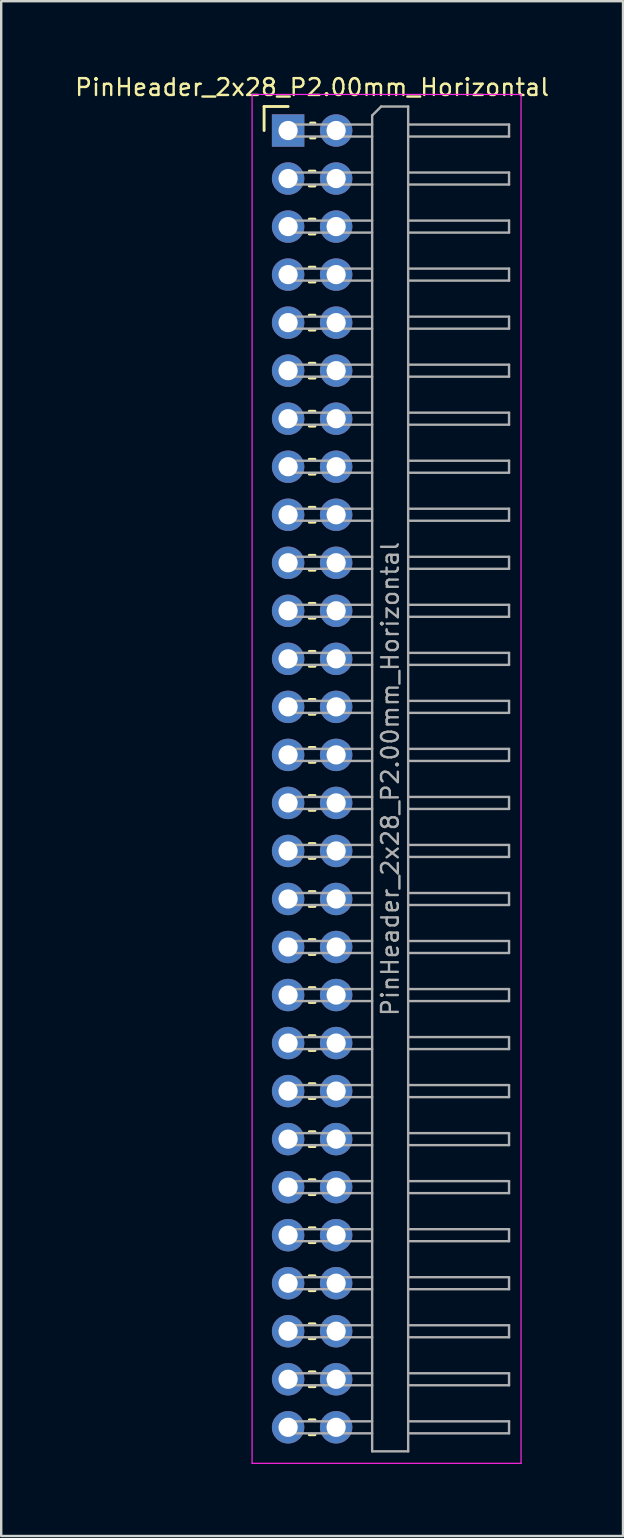
<source format=kicad_pcb>
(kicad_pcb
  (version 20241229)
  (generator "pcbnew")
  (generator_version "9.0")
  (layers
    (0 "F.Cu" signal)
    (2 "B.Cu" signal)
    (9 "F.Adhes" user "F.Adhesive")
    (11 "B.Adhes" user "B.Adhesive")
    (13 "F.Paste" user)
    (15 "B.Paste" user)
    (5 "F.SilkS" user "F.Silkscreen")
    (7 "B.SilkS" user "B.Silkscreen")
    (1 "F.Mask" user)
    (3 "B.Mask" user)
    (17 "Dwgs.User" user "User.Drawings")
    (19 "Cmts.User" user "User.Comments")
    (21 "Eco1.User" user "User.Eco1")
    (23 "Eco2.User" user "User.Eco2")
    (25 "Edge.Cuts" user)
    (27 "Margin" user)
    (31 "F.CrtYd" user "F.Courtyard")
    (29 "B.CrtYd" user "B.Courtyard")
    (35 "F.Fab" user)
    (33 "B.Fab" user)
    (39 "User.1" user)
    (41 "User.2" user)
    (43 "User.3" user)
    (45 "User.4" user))
  (footprint "PinHeader_2x28_P2.00mm_Horizontal"
    (layer "F.Cu")
    (at 8.947 2.385)
    (property "Reference" "PinHeader_2x28_P2.00mm_Horizontal" (at 1 -1.8 0) (layer "F.SilkS") (effects (font (size 0.7 0.7) (thickness 0.1))))
    (attr through_hole allow_missing_courtyard)
    (fp_line (start -1 -1) (end 0 -1) (stroke (width 0.12) (type solid)) (layer "F.SilkS"))
    (fp_line (start -1 0) (end -1 -1) (stroke (width 0.12) (type solid)) (layer "F.SilkS"))
    (fp_line (start 0.882 1.69) (end 1.118 1.69) (stroke (width 0.12) (type solid)) (layer "F.SilkS"))
    (fp_line (start 0.882 2.31) (end 1.118 2.31) (stroke (width 0.12) (type solid)) (layer "F.SilkS"))
    (fp_line (start 0.882 3.69) (end 1.118 3.69) (stroke (width 0.12) (type solid)) (layer "F.SilkS"))
    (fp_line (start 0.882 4.31) (end 1.118 4.31) (stroke (width 0.12) (type solid)) (layer "F.SilkS"))
    (fp_line (start 0.882 5.69) (end 1.118 5.69) (stroke (width 0.12) (type solid)) (layer "F.SilkS"))
    (fp_line (start 0.882 6.31) (end 1.118 6.31) (stroke (width 0.12) (type solid)) (layer "F.SilkS"))
    (fp_line (start 0.882 7.69) (end 1.118 7.69) (stroke (width 0.12) (type solid)) (layer "F.SilkS"))
    (fp_line (start 0.882 8.31) (end 1.118 8.31) (stroke (width 0.12) (type solid)) (layer "F.SilkS"))
    (fp_line (start 0.882 9.69) (end 1.118 9.69) (stroke (width 0.12) (type solid)) (layer "F.SilkS"))
    (fp_line (start 0.882 10.31) (end 1.118 10.31) (stroke (width 0.12) (type solid)) (layer "F.SilkS"))
    (fp_line (start 0.882 11.69) (end 1.118 11.69) (stroke (width 0.12) (type solid)) (layer "F.SilkS"))
    (fp_line (start 0.882 12.31) (end 1.118 12.31) (stroke (width 0.12) (type solid)) (layer "F.SilkS"))
    (fp_line (start 0.882 13.69) (end 1.118 13.69) (stroke (width 0.12) (type solid)) (layer "F.SilkS"))
    (fp_line (start 0.882 14.31) (end 1.118 14.31) (stroke (width 0.12) (type solid)) (layer "F.SilkS"))
    (fp_line (start 0.882 15.69) (end 1.118 15.69) (stroke (width 0.12) (type solid)) (layer "F.SilkS"))
    (fp_line (start 0.882 16.31) (end 1.118 16.31) (stroke (width 0.12) (type solid)) (layer "F.SilkS"))
    (fp_line (start 0.882 17.69) (end 1.118 17.69) (stroke (width 0.12) (type solid)) (layer "F.SilkS"))
    (fp_line (start 0.882 18.31) (end 1.118 18.31) (stroke (width 0.12) (type solid)) (layer "F.SilkS"))
    (fp_line (start 0.882 19.69) (end 1.118 19.69) (stroke (width 0.12) (type solid)) (layer "F.SilkS"))
    (fp_line (start 0.882 20.31) (end 1.118 20.31) (stroke (width 0.12) (type solid)) (layer "F.SilkS"))
    (fp_line (start 0.882 21.69) (end 1.118 21.69) (stroke (width 0.12) (type solid)) (layer "F.SilkS"))
    (fp_line (start 0.882 22.31) (end 1.118 22.31) (stroke (width 0.12) (type solid)) (layer "F.SilkS"))
    (fp_line (start 0.882 23.69) (end 1.118 23.69) (stroke (width 0.12) (type solid)) (layer "F.SilkS"))
    (fp_line (start 0.882 24.31) (end 1.118 24.31) (stroke (width 0.12) (type solid)) (layer "F.SilkS"))
    (fp_line (start 0.882 25.69) (end 1.118 25.69) (stroke (width 0.12) (type solid)) (layer "F.SilkS"))
    (fp_line (start 0.882 26.31) (end 1.118 26.31) (stroke (width 0.12) (type solid)) (layer "F.SilkS"))
    (fp_line (start 0.882 27.69) (end 1.118 27.69) (stroke (width 0.12) (type solid)) (layer "F.SilkS"))
    (fp_line (start 0.882 28.31) (end 1.118 28.31) (stroke (width 0.12) (type solid)) (layer "F.SilkS"))
    (fp_line (start 0.882 29.69) (end 1.118 29.69) (stroke (width 0.12) (type solid)) (layer "F.SilkS"))
    (fp_line (start 0.882 30.31) (end 1.118 30.31) (stroke (width 0.12) (type solid)) (layer "F.SilkS"))
    (fp_line (start 0.882 31.69) (end 1.118 31.69) (stroke (width 0.12) (type solid)) (layer "F.SilkS"))
    (fp_line (start 0.882 32.31) (end 1.118 32.31) (stroke (width 0.12) (type solid)) (layer "F.SilkS"))
    (fp_line (start 0.882 33.69) (end 1.118 33.69) (stroke (width 0.12) (type solid)) (layer "F.SilkS"))
    (fp_line (start 0.882 34.31) (end 1.118 34.31) (stroke (width 0.12) (type solid)) (layer "F.SilkS"))
    (fp_line (start 0.882 35.69) (end 1.118 35.69) (stroke (width 0.12) (type solid)) (layer "F.SilkS"))
    (fp_line (start 0.882 36.31) (end 1.118 36.31) (stroke (width 0.12) (type solid)) (layer "F.SilkS"))
    (fp_line (start 0.882 37.69) (end 1.118 37.69) (stroke (width 0.12) (type solid)) (layer "F.SilkS"))
    (fp_line (start 0.882 38.31) (end 1.118 38.31) (stroke (width 0.12) (type solid)) (layer "F.SilkS"))
    (fp_line (start 0.882 39.69) (end 1.118 39.69) (stroke (width 0.12) (type solid)) (layer "F.SilkS"))
    (fp_line (start 0.882 40.31) (end 1.118 40.31) (stroke (width 0.12) (type solid)) (layer "F.SilkS"))
    (fp_line (start 0.882 41.69) (end 1.118 41.69) (stroke (width 0.12) (type solid)) (layer "F.SilkS"))
    (fp_line (start 0.882 42.31) (end 1.118 42.31) (stroke (width 0.12) (type solid)) (layer "F.SilkS"))
    (fp_line (start 0.882 43.69) (end 1.118 43.69) (stroke (width 0.12) (type solid)) (layer "F.SilkS"))
    (fp_line (start 0.882 44.31) (end 1.118 44.31) (stroke (width 0.12) (type solid)) (layer "F.SilkS"))
    (fp_line (start 0.882 45.69) (end 1.118 45.69) (stroke (width 0.12) (type solid)) (layer "F.SilkS"))
    (fp_line (start 0.882 46.31) (end 1.118 46.31) (stroke (width 0.12) (type solid)) (layer "F.SilkS"))
    (fp_line (start 0.882 47.69) (end 1.118 47.69) (stroke (width 0.12) (type solid)) (layer "F.SilkS"))
    (fp_line (start 0.882 48.31) (end 1.118 48.31) (stroke (width 0.12) (type solid)) (layer "F.SilkS"))
    (fp_line (start 0.882 49.69) (end 1.118 49.69) (stroke (width 0.12) (type solid)) (layer "F.SilkS"))
    (fp_line (start 0.882 50.31) (end 1.118 50.31) (stroke (width 0.12) (type solid)) (layer "F.SilkS"))
    (fp_line (start 0.882 51.69) (end 1.118 51.69) (stroke (width 0.12) (type solid)) (layer "F.SilkS"))
    (fp_line (start 0.882 52.31) (end 1.118 52.31) (stroke (width 0.12) (type solid)) (layer "F.SilkS"))
    (fp_line (start 0.882 53.69) (end 1.118 53.69) (stroke (width 0.12) (type solid)) (layer "F.SilkS"))
    (fp_line (start 0.882 54.31) (end 1.118 54.31) (stroke (width 0.12) (type solid)) (layer "F.SilkS"))
    (fp_line (start 0.935 -0.31) (end 1.118 -0.31) (stroke (width 0.12) (type solid)) (layer "F.SilkS"))
    (fp_line (start 0.935 0.31) (end 1.118 0.31) (stroke (width 0.12) (type solid)) (layer "F.SilkS"))
    (fp_line (start -1.5 -1.5) (end -1.5 55.5) (stroke (width 0.05) (type solid)) (layer "F.CrtYd"))
    (fp_line (start -1.5 55.5) (end 9.7 55.5) (stroke (width 0.05) (type solid)) (layer "F.CrtYd"))
    (fp_line (start 9.7 -1.5) (end -1.5 -1.5) (stroke (width 0.05) (type solid)) (layer "F.CrtYd"))
    (fp_line (start 9.7 55.5) (end 9.7 -1.5) (stroke (width 0.05) (type solid)) (layer "F.CrtYd"))
    (fp_line (start -0.25 -0.25) (end -0.25 0.25) (stroke (width 0.1) (type solid)) (layer "F.Fab"))
    (fp_line (start -0.25 -0.25) (end 3.5 -0.25) (stroke (width 0.1) (type solid)) (layer "F.Fab"))
    (fp_line (start -0.25 0.25) (end 3.5 0.25) (stroke (width 0.1) (type solid)) (layer "F.Fab"))
    (fp_line (start -0.25 1.75) (end -0.25 2.25) (stroke (width 0.1) (type solid)) (layer "F.Fab"))
    (fp_line (start -0.25 1.75) (end 3.5 1.75) (stroke (width 0.1) (type solid)) (layer "F.Fab"))
    (fp_line (start -0.25 2.25) (end 3.5 2.25) (stroke (width 0.1) (type solid)) (layer "F.Fab"))
    (fp_line (start -0.25 3.75) (end -0.25 4.25) (stroke (width 0.1) (type solid)) (layer "F.Fab"))
    (fp_line (start -0.25 3.75) (end 3.5 3.75) (stroke (width 0.1) (type solid)) (layer "F.Fab"))
    (fp_line (start -0.25 4.25) (end 3.5 4.25) (stroke (width 0.1) (type solid)) (layer "F.Fab"))
    (fp_line (start -0.25 5.75) (end -0.25 6.25) (stroke (width 0.1) (type solid)) (layer "F.Fab"))
    (fp_line (start -0.25 5.75) (end 3.5 5.75) (stroke (width 0.1) (type solid)) (layer "F.Fab"))
    (fp_line (start -0.25 6.25) (end 3.5 6.25) (stroke (width 0.1) (type solid)) (layer "F.Fab"))
    (fp_line (start -0.25 7.75) (end -0.25 8.25) (stroke (width 0.1) (type solid)) (layer "F.Fab"))
    (fp_line (start -0.25 7.75) (end 3.5 7.75) (stroke (width 0.1) (type solid)) (layer "F.Fab"))
    (fp_line (start -0.25 8.25) (end 3.5 8.25) (stroke (width 0.1) (type solid)) (layer "F.Fab"))
    (fp_line (start -0.25 9.75) (end -0.25 10.25) (stroke (width 0.1) (type solid)) (layer "F.Fab"))
    (fp_line (start -0.25 9.75) (end 3.5 9.75) (stroke (width 0.1) (type solid)) (layer "F.Fab"))
    (fp_line (start -0.25 10.25) (end 3.5 10.25) (stroke (width 0.1) (type solid)) (layer "F.Fab"))
    (fp_line (start -0.25 11.75) (end -0.25 12.25) (stroke (width 0.1) (type solid)) (layer "F.Fab"))
    (fp_line (start -0.25 11.75) (end 3.5 11.75) (stroke (width 0.1) (type solid)) (layer "F.Fab"))
    (fp_line (start -0.25 12.25) (end 3.5 12.25) (stroke (width 0.1) (type solid)) (layer "F.Fab"))
    (fp_line (start -0.25 13.75) (end -0.25 14.25) (stroke (width 0.1) (type solid)) (layer "F.Fab"))
    (fp_line (start -0.25 13.75) (end 3.5 13.75) (stroke (width 0.1) (type solid)) (layer "F.Fab"))
    (fp_line (start -0.25 14.25) (end 3.5 14.25) (stroke (width 0.1) (type solid)) (layer "F.Fab"))
    (fp_line (start -0.25 15.75) (end -0.25 16.25) (stroke (width 0.1) (type solid)) (layer "F.Fab"))
    (fp_line (start -0.25 15.75) (end 3.5 15.75) (stroke (width 0.1) (type solid)) (layer "F.Fab"))
    (fp_line (start -0.25 16.25) (end 3.5 16.25) (stroke (width 0.1) (type solid)) (layer "F.Fab"))
    (fp_line (start -0.25 17.75) (end -0.25 18.25) (stroke (width 0.1) (type solid)) (layer "F.Fab"))
    (fp_line (start -0.25 17.75) (end 3.5 17.75) (stroke (width 0.1) (type solid)) (layer "F.Fab"))
    (fp_line (start -0.25 18.25) (end 3.5 18.25) (stroke (width 0.1) (type solid)) (layer "F.Fab"))
    (fp_line (start -0.25 19.75) (end -0.25 20.25) (stroke (width 0.1) (type solid)) (layer "F.Fab"))
    (fp_line (start -0.25 19.75) (end 3.5 19.75) (stroke (width 0.1) (type solid)) (layer "F.Fab"))
    (fp_line (start -0.25 20.25) (end 3.5 20.25) (stroke (width 0.1) (type solid)) (layer "F.Fab"))
    (fp_line (start -0.25 21.75) (end -0.25 22.25) (stroke (width 0.1) (type solid)) (layer "F.Fab"))
    (fp_line (start -0.25 21.75) (end 3.5 21.75) (stroke (width 0.1) (type solid)) (layer "F.Fab"))
    (fp_line (start -0.25 22.25) (end 3.5 22.25) (stroke (width 0.1) (type solid)) (layer "F.Fab"))
    (fp_line (start -0.25 23.75) (end -0.25 24.25) (stroke (width 0.1) (type solid)) (layer "F.Fab"))
    (fp_line (start -0.25 23.75) (end 3.5 23.75) (stroke (width 0.1) (type solid)) (layer "F.Fab"))
    (fp_line (start -0.25 24.25) (end 3.5 24.25) (stroke (width 0.1) (type solid)) (layer "F.Fab"))
    (fp_line (start -0.25 25.75) (end -0.25 26.25) (stroke (width 0.1) (type solid)) (layer "F.Fab"))
    (fp_line (start -0.25 25.75) (end 3.5 25.75) (stroke (width 0.1) (type solid)) (layer "F.Fab"))
    (fp_line (start -0.25 26.25) (end 3.5 26.25) (stroke (width 0.1) (type solid)) (layer "F.Fab"))
    (fp_line (start -0.25 27.75) (end -0.25 28.25) (stroke (width 0.1) (type solid)) (layer "F.Fab"))
    (fp_line (start -0.25 27.75) (end 3.5 27.75) (stroke (width 0.1) (type solid)) (layer "F.Fab"))
    (fp_line (start -0.25 28.25) (end 3.5 28.25) (stroke (width 0.1) (type solid)) (layer "F.Fab"))
    (fp_line (start -0.25 29.75) (end -0.25 30.25) (stroke (width 0.1) (type solid)) (layer "F.Fab"))
    (fp_line (start -0.25 29.75) (end 3.5 29.75) (stroke (width 0.1) (type solid)) (layer "F.Fab"))
    (fp_line (start -0.25 30.25) (end 3.5 30.25) (stroke (width 0.1) (type solid)) (layer "F.Fab"))
    (fp_line (start -0.25 31.75) (end -0.25 32.25) (stroke (width 0.1) (type solid)) (layer "F.Fab"))
    (fp_line (start -0.25 31.75) (end 3.5 31.75) (stroke (width 0.1) (type solid)) (layer "F.Fab"))
    (fp_line (start -0.25 32.25) (end 3.5 32.25) (stroke (width 0.1) (type solid)) (layer "F.Fab"))
    (fp_line (start -0.25 33.75) (end -0.25 34.25) (stroke (width 0.1) (type solid)) (layer "F.Fab"))
    (fp_line (start -0.25 33.75) (end 3.5 33.75) (stroke (width 0.1) (type solid)) (layer "F.Fab"))
    (fp_line (start -0.25 34.25) (end 3.5 34.25) (stroke (width 0.1) (type solid)) (layer "F.Fab"))
    (fp_line (start -0.25 35.75) (end -0.25 36.25) (stroke (width 0.1) (type solid)) (layer "F.Fab"))
    (fp_line (start -0.25 35.75) (end 3.5 35.75) (stroke (width 0.1) (type solid)) (layer "F.Fab"))
    (fp_line (start -0.25 36.25) (end 3.5 36.25) (stroke (width 0.1) (type solid)) (layer "F.Fab"))
    (fp_line (start -0.25 37.75) (end -0.25 38.25) (stroke (width 0.1) (type solid)) (layer "F.Fab"))
    (fp_line (start -0.25 37.75) (end 3.5 37.75) (stroke (width 0.1) (type solid)) (layer "F.Fab"))
    (fp_line (start -0.25 38.25) (end 3.5 38.25) (stroke (width 0.1) (type solid)) (layer "F.Fab"))
    (fp_line (start -0.25 39.75) (end -0.25 40.25) (stroke (width 0.1) (type solid)) (layer "F.Fab"))
    (fp_line (start -0.25 39.75) (end 3.5 39.75) (stroke (width 0.1) (type solid)) (layer "F.Fab"))
    (fp_line (start -0.25 40.25) (end 3.5 40.25) (stroke (width 0.1) (type solid)) (layer "F.Fab"))
    (fp_line (start -0.25 41.75) (end -0.25 42.25) (stroke (width 0.1) (type solid)) (layer "F.Fab"))
    (fp_line (start -0.25 41.75) (end 3.5 41.75) (stroke (width 0.1) (type solid)) (layer "F.Fab"))
    (fp_line (start -0.25 42.25) (end 3.5 42.25) (stroke (width 0.1) (type solid)) (layer "F.Fab"))
    (fp_line (start -0.25 43.75) (end -0.25 44.25) (stroke (width 0.1) (type solid)) (layer "F.Fab"))
    (fp_line (start -0.25 43.75) (end 3.5 43.75) (stroke (width 0.1) (type solid)) (layer "F.Fab"))
    (fp_line (start -0.25 44.25) (end 3.5 44.25) (stroke (width 0.1) (type solid)) (layer "F.Fab"))
    (fp_line (start -0.25 45.75) (end -0.25 46.25) (stroke (width 0.1) (type solid)) (layer "F.Fab"))
    (fp_line (start -0.25 45.75) (end 3.5 45.75) (stroke (width 0.1) (type solid)) (layer "F.Fab"))
    (fp_line (start -0.25 46.25) (end 3.5 46.25) (stroke (width 0.1) (type solid)) (layer "F.Fab"))
    (fp_line (start -0.25 47.75) (end -0.25 48.25) (stroke (width 0.1) (type solid)) (layer "F.Fab"))
    (fp_line (start -0.25 47.75) (end 3.5 47.75) (stroke (width 0.1) (type solid)) (layer "F.Fab"))
    (fp_line (start -0.25 48.25) (end 3.5 48.25) (stroke (width 0.1) (type solid)) (layer "F.Fab"))
    (fp_line (start -0.25 49.75) (end -0.25 50.25) (stroke (width 0.1) (type solid)) (layer "F.Fab"))
    (fp_line (start -0.25 49.75) (end 3.5 49.75) (stroke (width 0.1) (type solid)) (layer "F.Fab"))
    (fp_line (start -0.25 50.25) (end 3.5 50.25) (stroke (width 0.1) (type solid)) (layer "F.Fab"))
    (fp_line (start -0.25 51.75) (end -0.25 52.25) (stroke (width 0.1) (type solid)) (layer "F.Fab"))
    (fp_line (start -0.25 51.75) (end 3.5 51.75) (stroke (width 0.1) (type solid)) (layer "F.Fab"))
    (fp_line (start -0.25 52.25) (end 3.5 52.25) (stroke (width 0.1) (type solid)) (layer "F.Fab"))
    (fp_line (start -0.25 53.75) (end -0.25 54.25) (stroke (width 0.1) (type solid)) (layer "F.Fab"))
    (fp_line (start -0.25 53.75) (end 3.5 53.75) (stroke (width 0.1) (type solid)) (layer "F.Fab"))
    (fp_line (start -0.25 54.25) (end 3.5 54.25) (stroke (width 0.1) (type solid)) (layer "F.Fab"))
    (fp_line (start 3.5 -0.625) (end 3.875 -1) (stroke (width 0.1) (type solid)) (layer "F.Fab"))
    (fp_line (start 3.5 55) (end 3.5 -0.625) (stroke (width 0.1) (type solid)) (layer "F.Fab"))
    (fp_line (start 3.875 -1) (end 5 -1) (stroke (width 0.1) (type solid)) (layer "F.Fab"))
    (fp_line (start 5 -1) (end 5 55) (stroke (width 0.1) (type solid)) (layer "F.Fab"))
    (fp_line (start 5 -0.25) (end 9.2 -0.25) (stroke (width 0.1) (type solid)) (layer "F.Fab"))
    (fp_line (start 5 0.25) (end 9.2 0.25) (stroke (width 0.1) (type solid)) (layer "F.Fab"))
    (fp_line (start 5 1.75) (end 9.2 1.75) (stroke (width 0.1) (type solid)) (layer "F.Fab"))
    (fp_line (start 5 2.25) (end 9.2 2.25) (stroke (width 0.1) (type solid)) (layer "F.Fab"))
    (fp_line (start 5 3.75) (end 9.2 3.75) (stroke (width 0.1) (type solid)) (layer "F.Fab"))
    (fp_line (start 5 4.25) (end 9.2 4.25) (stroke (width 0.1) (type solid)) (layer "F.Fab"))
    (fp_line (start 5 5.75) (end 9.2 5.75) (stroke (width 0.1) (type solid)) (layer "F.Fab"))
    (fp_line (start 5 6.25) (end 9.2 6.25) (stroke (width 0.1) (type solid)) (layer "F.Fab"))
    (fp_line (start 5 7.75) (end 9.2 7.75) (stroke (width 0.1) (type solid)) (layer "F.Fab"))
    (fp_line (start 5 8.25) (end 9.2 8.25) (stroke (width 0.1) (type solid)) (layer "F.Fab"))
    (fp_line (start 5 9.75) (end 9.2 9.75) (stroke (width 0.1) (type solid)) (layer "F.Fab"))
    (fp_line (start 5 10.25) (end 9.2 10.25) (stroke (width 0.1) (type solid)) (layer "F.Fab"))
    (fp_line (start 5 11.75) (end 9.2 11.75) (stroke (width 0.1) (type solid)) (layer "F.Fab"))
    (fp_line (start 5 12.25) (end 9.2 12.25) (stroke (width 0.1) (type solid)) (layer "F.Fab"))
    (fp_line (start 5 13.75) (end 9.2 13.75) (stroke (width 0.1) (type solid)) (layer "F.Fab"))
    (fp_line (start 5 14.25) (end 9.2 14.25) (stroke (width 0.1) (type solid)) (layer "F.Fab"))
    (fp_line (start 5 15.75) (end 9.2 15.75) (stroke (width 0.1) (type solid)) (layer "F.Fab"))
    (fp_line (start 5 16.25) (end 9.2 16.25) (stroke (width 0.1) (type solid)) (layer "F.Fab"))
    (fp_line (start 5 17.75) (end 9.2 17.75) (stroke (width 0.1) (type solid)) (layer "F.Fab"))
    (fp_line (start 5 18.25) (end 9.2 18.25) (stroke (width 0.1) (type solid)) (layer "F.Fab"))
    (fp_line (start 5 19.75) (end 9.2 19.75) (stroke (width 0.1) (type solid)) (layer "F.Fab"))
    (fp_line (start 5 20.25) (end 9.2 20.25) (stroke (width 0.1) (type solid)) (layer "F.Fab"))
    (fp_line (start 5 21.75) (end 9.2 21.75) (stroke (width 0.1) (type solid)) (layer "F.Fab"))
    (fp_line (start 5 22.25) (end 9.2 22.25) (stroke (width 0.1) (type solid)) (layer "F.Fab"))
    (fp_line (start 5 23.75) (end 9.2 23.75) (stroke (width 0.1) (type solid)) (layer "F.Fab"))
    (fp_line (start 5 24.25) (end 9.2 24.25) (stroke (width 0.1) (type solid)) (layer "F.Fab"))
    (fp_line (start 5 25.75) (end 9.2 25.75) (stroke (width 0.1) (type solid)) (layer "F.Fab"))
    (fp_line (start 5 26.25) (end 9.2 26.25) (stroke (width 0.1) (type solid)) (layer "F.Fab"))
    (fp_line (start 5 27.75) (end 9.2 27.75) (stroke (width 0.1) (type solid)) (layer "F.Fab"))
    (fp_line (start 5 28.25) (end 9.2 28.25) (stroke (width 0.1) (type solid)) (layer "F.Fab"))
    (fp_line (start 5 29.75) (end 9.2 29.75) (stroke (width 0.1) (type solid)) (layer "F.Fab"))
    (fp_line (start 5 30.25) (end 9.2 30.25) (stroke (width 0.1) (type solid)) (layer "F.Fab"))
    (fp_line (start 5 31.75) (end 9.2 31.75) (stroke (width 0.1) (type solid)) (layer "F.Fab"))
    (fp_line (start 5 32.25) (end 9.2 32.25) (stroke (width 0.1) (type solid)) (layer "F.Fab"))
    (fp_line (start 5 33.75) (end 9.2 33.75) (stroke (width 0.1) (type solid)) (layer "F.Fab"))
    (fp_line (start 5 34.25) (end 9.2 34.25) (stroke (width 0.1) (type solid)) (layer "F.Fab"))
    (fp_line (start 5 35.75) (end 9.2 35.75) (stroke (width 0.1) (type solid)) (layer "F.Fab"))
    (fp_line (start 5 36.25) (end 9.2 36.25) (stroke (width 0.1) (type solid)) (layer "F.Fab"))
    (fp_line (start 5 37.75) (end 9.2 37.75) (stroke (width 0.1) (type solid)) (layer "F.Fab"))
    (fp_line (start 5 38.25) (end 9.2 38.25) (stroke (width 0.1) (type solid)) (layer "F.Fab"))
    (fp_line (start 5 39.75) (end 9.2 39.75) (stroke (width 0.1) (type solid)) (layer "F.Fab"))
    (fp_line (start 5 40.25) (end 9.2 40.25) (stroke (width 0.1) (type solid)) (layer "F.Fab"))
    (fp_line (start 5 41.75) (end 9.2 41.75) (stroke (width 0.1) (type solid)) (layer "F.Fab"))
    (fp_line (start 5 42.25) (end 9.2 42.25) (stroke (width 0.1) (type solid)) (layer "F.Fab"))
    (fp_line (start 5 43.75) (end 9.2 43.75) (stroke (width 0.1) (type solid)) (layer "F.Fab"))
    (fp_line (start 5 44.25) (end 9.2 44.25) (stroke (width 0.1) (type solid)) (layer "F.Fab"))
    (fp_line (start 5 45.75) (end 9.2 45.75) (stroke (width 0.1) (type solid)) (layer "F.Fab"))
    (fp_line (start 5 46.25) (end 9.2 46.25) (stroke (width 0.1) (type solid)) (layer "F.Fab"))
    (fp_line (start 5 47.75) (end 9.2 47.75) (stroke (width 0.1) (type solid)) (layer "F.Fab"))
    (fp_line (start 5 48.25) (end 9.2 48.25) (stroke (width 0.1) (type solid)) (layer "F.Fab"))
    (fp_line (start 5 49.75) (end 9.2 49.75) (stroke (width 0.1) (type solid)) (layer "F.Fab"))
    (fp_line (start 5 50.25) (end 9.2 50.25) (stroke (width 0.1) (type solid)) (layer "F.Fab"))
    (fp_line (start 5 51.75) (end 9.2 51.75) (stroke (width 0.1) (type solid)) (layer "F.Fab"))
    (fp_line (start 5 52.25) (end 9.2 52.25) (stroke (width 0.1) (type solid)) (layer "F.Fab"))
    (fp_line (start 5 53.75) (end 9.2 53.75) (stroke (width 0.1) (type solid)) (layer "F.Fab"))
    (fp_line (start 5 54.25) (end 9.2 54.25) (stroke (width 0.1) (type solid)) (layer "F.Fab"))
    (fp_line (start 5 55) (end 3.5 55) (stroke (width 0.1) (type solid)) (layer "F.Fab"))
    (fp_line (start 9.2 -0.25) (end 9.2 0.25) (stroke (width 0.1) (type solid)) (layer "F.Fab"))
    (fp_line (start 9.2 1.75) (end 9.2 2.25) (stroke (width 0.1) (type solid)) (layer "F.Fab"))
    (fp_line (start 9.2 3.75) (end 9.2 4.25) (stroke (width 0.1) (type solid)) (layer "F.Fab"))
    (fp_line (start 9.2 5.75) (end 9.2 6.25) (stroke (width 0.1) (type solid)) (layer "F.Fab"))
    (fp_line (start 9.2 7.75) (end 9.2 8.25) (stroke (width 0.1) (type solid)) (layer "F.Fab"))
    (fp_line (start 9.2 9.75) (end 9.2 10.25) (stroke (width 0.1) (type solid)) (layer "F.Fab"))
    (fp_line (start 9.2 11.75) (end 9.2 12.25) (stroke (width 0.1) (type solid)) (layer "F.Fab"))
    (fp_line (start 9.2 13.75) (end 9.2 14.25) (stroke (width 0.1) (type solid)) (layer "F.Fab"))
    (fp_line (start 9.2 15.75) (end 9.2 16.25) (stroke (width 0.1) (type solid)) (layer "F.Fab"))
    (fp_line (start 9.2 17.75) (end 9.2 18.25) (stroke (width 0.1) (type solid)) (layer "F.Fab"))
    (fp_line (start 9.2 19.75) (end 9.2 20.25) (stroke (width 0.1) (type solid)) (layer "F.Fab"))
    (fp_line (start 9.2 21.75) (end 9.2 22.25) (stroke (width 0.1) (type solid)) (layer "F.Fab"))
    (fp_line (start 9.2 23.75) (end 9.2 24.25) (stroke (width 0.1) (type solid)) (layer "F.Fab"))
    (fp_line (start 9.2 25.75) (end 9.2 26.25) (stroke (width 0.1) (type solid)) (layer "F.Fab"))
    (fp_line (start 9.2 27.75) (end 9.2 28.25) (stroke (width 0.1) (type solid)) (layer "F.Fab"))
    (fp_line (start 9.2 29.75) (end 9.2 30.25) (stroke (width 0.1) (type solid)) (layer "F.Fab"))
    (fp_line (start 9.2 31.75) (end 9.2 32.25) (stroke (width 0.1) (type solid)) (layer "F.Fab"))
    (fp_line (start 9.2 33.75) (end 9.2 34.25) (stroke (width 0.1) (type solid)) (layer "F.Fab"))
    (fp_line (start 9.2 35.75) (end 9.2 36.25) (stroke (width 0.1) (type solid)) (layer "F.Fab"))
    (fp_line (start 9.2 37.75) (end 9.2 38.25) (stroke (width 0.1) (type solid)) (layer "F.Fab"))
    (fp_line (start 9.2 39.75) (end 9.2 40.25) (stroke (width 0.1) (type solid)) (layer "F.Fab"))
    (fp_line (start 9.2 41.75) (end 9.2 42.25) (stroke (width 0.1) (type solid)) (layer "F.Fab"))
    (fp_line (start 9.2 43.75) (end 9.2 44.25) (stroke (width 0.1) (type solid)) (layer "F.Fab"))
    (fp_line (start 9.2 45.75) (end 9.2 46.25) (stroke (width 0.1) (type solid)) (layer "F.Fab"))
    (fp_line (start 9.2 47.75) (end 9.2 48.25) (stroke (width 0.1) (type solid)) (layer "F.Fab"))
    (fp_line (start 9.2 49.75) (end 9.2 50.25) (stroke (width 0.1) (type solid)) (layer "F.Fab"))
    (fp_line (start 9.2 51.75) (end 9.2 52.25) (stroke (width 0.1) (type solid)) (layer "F.Fab"))
    (fp_line (start 9.2 53.75) (end 9.2 54.25) (stroke (width 0.1) (type solid)) (layer "F.Fab"))
    (fp_text user "${REFERENCE}" (at 4.25 27 90) (layer "F.Fab") (effects (font (size 0.7 0.7) (thickness 0.1))))
    (pad "1" thru_hole rect (at 0 0) (size 1.35 1.35) (drill 0.8) (layers "*.Cu" "*.Mask"))
    (pad "2" thru_hole oval (at 2 0) (size 1.35 1.35) (drill 0.8) (layers "*.Cu" "*.Mask"))
    (pad "3" thru_hole oval (at 0 2) (size 1.35 1.35) (drill 0.8) (layers "*.Cu" "*.Mask"))
    (pad "4" thru_hole oval (at 2 2) (size 1.35 1.35) (drill 0.8) (layers "*.Cu" "*.Mask"))
    (pad "5" thru_hole oval (at 0 4) (size 1.35 1.35) (drill 0.8) (layers "*.Cu" "*.Mask"))
    (pad "6" thru_hole oval (at 2 4) (size 1.35 1.35) (drill 0.8) (layers "*.Cu" "*.Mask"))
    (pad "7" thru_hole oval (at 0 6) (size 1.35 1.35) (drill 0.8) (layers "*.Cu" "*.Mask"))
    (pad "8" thru_hole oval (at 2 6) (size 1.35 1.35) (drill 0.8) (layers "*.Cu" "*.Mask"))
    (pad "9" thru_hole oval (at 0 8) (size 1.35 1.35) (drill 0.8) (layers "*.Cu" "*.Mask"))
    (pad "10" thru_hole oval (at 2 8) (size 1.35 1.35) (drill 0.8) (layers "*.Cu" "*.Mask"))
    (pad "11" thru_hole oval (at 0 10) (size 1.35 1.35) (drill 0.8) (layers "*.Cu" "*.Mask"))
    (pad "12" thru_hole oval (at 2 10) (size 1.35 1.35) (drill 0.8) (layers "*.Cu" "*.Mask"))
    (pad "13" thru_hole oval (at 0 12) (size 1.35 1.35) (drill 0.8) (layers "*.Cu" "*.Mask"))
    (pad "14" thru_hole oval (at 2 12) (size 1.35 1.35) (drill 0.8) (layers "*.Cu" "*.Mask"))
    (pad "15" thru_hole oval (at 0 14) (size 1.35 1.35) (drill 0.8) (layers "*.Cu" "*.Mask"))
    (pad "16" thru_hole oval (at 2 14) (size 1.35 1.35) (drill 0.8) (layers "*.Cu" "*.Mask"))
    (pad "17" thru_hole oval (at 0 16) (size 1.35 1.35) (drill 0.8) (layers "*.Cu" "*.Mask"))
    (pad "18" thru_hole oval (at 2 16) (size 1.35 1.35) (drill 0.8) (layers "*.Cu" "*.Mask"))
    (pad "19" thru_hole oval (at 0 18) (size 1.35 1.35) (drill 0.8) (layers "*.Cu" "*.Mask"))
    (pad "20" thru_hole oval (at 2 18) (size 1.35 1.35) (drill 0.8) (layers "*.Cu" "*.Mask"))
    (pad "21" thru_hole oval (at 0 20) (size 1.35 1.35) (drill 0.8) (layers "*.Cu" "*.Mask"))
    (pad "22" thru_hole oval (at 2 20) (size 1.35 1.35) (drill 0.8) (layers "*.Cu" "*.Mask"))
    (pad "23" thru_hole oval (at 0 22) (size 1.35 1.35) (drill 0.8) (layers "*.Cu" "*.Mask"))
    (pad "24" thru_hole oval (at 2 22) (size 1.35 1.35) (drill 0.8) (layers "*.Cu" "*.Mask"))
    (pad "25" thru_hole oval (at 0 24) (size 1.35 1.35) (drill 0.8) (layers "*.Cu" "*.Mask"))
    (pad "26" thru_hole oval (at 2 24) (size 1.35 1.35) (drill 0.8) (layers "*.Cu" "*.Mask"))
    (pad "27" thru_hole oval (at 0 26) (size 1.35 1.35) (drill 0.8) (layers "*.Cu" "*.Mask"))
    (pad "28" thru_hole oval (at 2 26) (size 1.35 1.35) (drill 0.8) (layers "*.Cu" "*.Mask"))
    (pad "29" thru_hole oval (at 0 28) (size 1.35 1.35) (drill 0.8) (layers "*.Cu" "*.Mask"))
    (pad "30" thru_hole oval (at 2 28) (size 1.35 1.35) (drill 0.8) (layers "*.Cu" "*.Mask"))
    (pad "31" thru_hole oval (at 0 30) (size 1.35 1.35) (drill 0.8) (layers "*.Cu" "*.Mask"))
    (pad "32" thru_hole oval (at 2 30) (size 1.35 1.35) (drill 0.8) (layers "*.Cu" "*.Mask"))
    (pad "33" thru_hole oval (at 0 32) (size 1.35 1.35) (drill 0.8) (layers "*.Cu" "*.Mask"))
    (pad "34" thru_hole oval (at 2 32) (size 1.35 1.35) (drill 0.8) (layers "*.Cu" "*.Mask"))
    (pad "35" thru_hole oval (at 0 34) (size 1.35 1.35) (drill 0.8) (layers "*.Cu" "*.Mask"))
    (pad "36" thru_hole oval (at 2 34) (size 1.35 1.35) (drill 0.8) (layers "*.Cu" "*.Mask"))
    (pad "37" thru_hole oval (at 0 36) (size 1.35 1.35) (drill 0.8) (layers "*.Cu" "*.Mask"))
    (pad "38" thru_hole oval (at 2 36) (size 1.35 1.35) (drill 0.8) (layers "*.Cu" "*.Mask"))
    (pad "39" thru_hole oval (at 0 38) (size 1.35 1.35) (drill 0.8) (layers "*.Cu" "*.Mask"))
    (pad "40" thru_hole oval (at 2 38) (size 1.35 1.35) (drill 0.8) (layers "*.Cu" "*.Mask"))
    (pad "41" thru_hole oval (at 0 40) (size 1.35 1.35) (drill 0.8) (layers "*.Cu" "*.Mask"))
    (pad "42" thru_hole oval (at 2 40) (size 1.35 1.35) (drill 0.8) (layers "*.Cu" "*.Mask"))
    (pad "43" thru_hole oval (at 0 42) (size 1.35 1.35) (drill 0.8) (layers "*.Cu" "*.Mask"))
    (pad "44" thru_hole oval (at 2 42) (size 1.35 1.35) (drill 0.8) (layers "*.Cu" "*.Mask"))
    (pad "45" thru_hole oval (at 0 44) (size 1.35 1.35) (drill 0.8) (layers "*.Cu" "*.Mask"))
    (pad "46" thru_hole oval (at 2 44) (size 1.35 1.35) (drill 0.8) (layers "*.Cu" "*.Mask"))
    (pad "47" thru_hole oval (at 0 46) (size 1.35 1.35) (drill 0.8) (layers "*.Cu" "*.Mask"))
    (pad "48" thru_hole oval (at 2 46) (size 1.35 1.35) (drill 0.8) (layers "*.Cu" "*.Mask"))
    (pad "49" thru_hole oval (at 0 48) (size 1.35 1.35) (drill 0.8) (layers "*.Cu" "*.Mask"))
    (pad "50" thru_hole oval (at 2 48) (size 1.35 1.35) (drill 0.8) (layers "*.Cu" "*.Mask"))
    (pad "51" thru_hole oval (at 0 50) (size 1.35 1.35) (drill 0.8) (layers "*.Cu" "*.Mask"))
    (pad "52" thru_hole oval (at 2 50) (size 1.35 1.35) (drill 0.8) (layers "*.Cu" "*.Mask"))
    (pad "53" thru_hole oval (at 0 52) (size 1.35 1.35) (drill 0.8) (layers "*.Cu" "*.Mask"))
    (pad "54" thru_hole oval (at 2 52) (size 1.35 1.35) (drill 0.8) (layers "*.Cu" "*.Mask"))
    (pad "55" thru_hole oval (at 0 54) (size 1.35 1.35) (drill 0.8) (layers "*.Cu" "*.Mask"))
    (pad "56" thru_hole oval (at 2 54) (size 1.35 1.35) (drill 0.8) (layers "*.Cu" "*.Mask")))
  (gr_rect
    (start -3 -3)
    (end 22.893 60.91)
    (stroke (width 0.1) (type default))
    (fill no)
    (layer "Edge.Cuts")))
</source>
